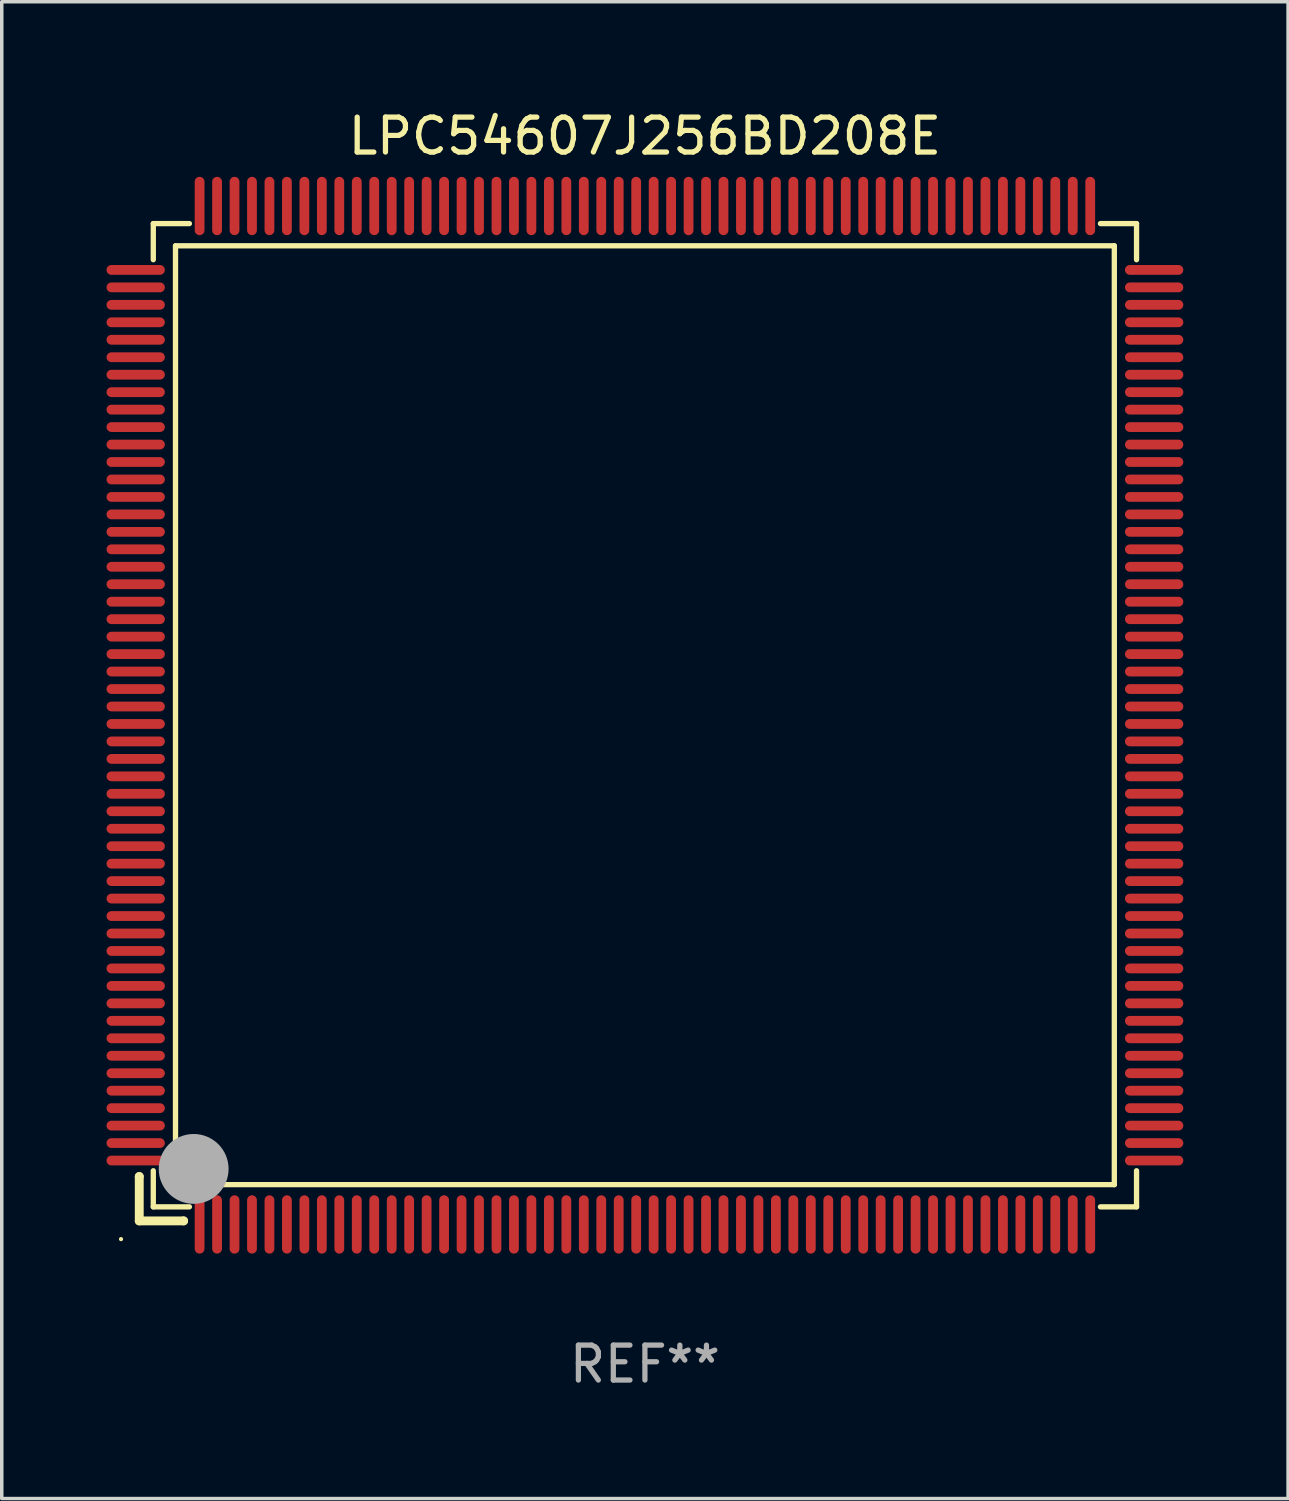
<source format=kicad_pcb>
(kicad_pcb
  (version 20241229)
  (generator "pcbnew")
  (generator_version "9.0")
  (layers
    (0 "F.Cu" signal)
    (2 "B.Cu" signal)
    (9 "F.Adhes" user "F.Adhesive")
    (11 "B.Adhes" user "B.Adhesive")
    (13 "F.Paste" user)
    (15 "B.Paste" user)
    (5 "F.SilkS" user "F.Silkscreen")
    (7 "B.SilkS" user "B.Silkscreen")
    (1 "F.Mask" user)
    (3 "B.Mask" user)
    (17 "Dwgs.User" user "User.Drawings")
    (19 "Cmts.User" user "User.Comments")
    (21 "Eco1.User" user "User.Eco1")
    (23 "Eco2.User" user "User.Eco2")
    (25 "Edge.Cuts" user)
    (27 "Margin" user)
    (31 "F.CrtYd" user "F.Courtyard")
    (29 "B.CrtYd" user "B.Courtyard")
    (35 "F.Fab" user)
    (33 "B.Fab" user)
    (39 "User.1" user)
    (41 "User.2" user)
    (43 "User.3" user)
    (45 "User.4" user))
  (footprint "LPC54607J256BD208E"
    (layer "F.Cu")
    (at 15.415 17.428)
    (property "Reference" "LPC54607J256BD208E" (at 0 -16.58 0) (layer "F.SilkS") (effects (font (size 1 1) (thickness 0.15))))
    (attr through_hole)
    (fp_line (start -14.478 13.208) (end -14.478 13.208) (stroke (width 0.254) (type solid)) (layer "F.SilkS"))
    (fp_line (start -14.478 13.208) (end -14.478 14.478) (stroke (width 0.254) (type solid)) (layer "F.SilkS"))
    (fp_line (start -14.478 14.478) (end -13.208 14.478) (stroke (width 0.254) (type solid)) (layer "F.SilkS"))
    (fp_line (start -14.076 -14.076) (end -14.076 -13.042) (stroke (width 0.152) (type solid)) (layer "F.SilkS"))
    (fp_line (start -14.076 14.076) (end -14.076 13.042) (stroke (width 0.152) (type solid)) (layer "F.SilkS"))
    (fp_line (start -13.44 -13.44) (end 13.44 -13.44) (stroke (width 0.152) (type solid)) (layer "F.SilkS"))
    (fp_line (start -13.44 13.44) (end -13.44 -13.44) (stroke (width 0.152) (type solid)) (layer "F.SilkS"))
    (fp_line (start -13.208 14.478) (end -13.208 14.478) (stroke (width 0.254) (type solid)) (layer "F.SilkS"))
    (fp_line (start -13.042 -14.076) (end -14.076 -14.076) (stroke (width 0.152) (type solid)) (layer "F.SilkS"))
    (fp_line (start -13.042 14.076) (end -14.076 14.076) (stroke (width 0.152) (type solid)) (layer "F.SilkS"))
    (fp_line (start 13.042 -14.076) (end 14.076 -14.076) (stroke (width 0.152) (type solid)) (layer "F.SilkS"))
    (fp_line (start 13.042 14.076) (end 14.076 14.076) (stroke (width 0.152) (type solid)) (layer "F.SilkS"))
    (fp_line (start 13.44 -13.44) (end 13.44 13.44) (stroke (width 0.152) (type solid)) (layer "F.SilkS"))
    (fp_line (start 13.44 13.44) (end -13.44 13.44) (stroke (width 0.152) (type solid)) (layer "F.SilkS"))
    (fp_line (start 14.076 -14.076) (end 14.076 -13.042) (stroke (width 0.152) (type solid)) (layer "F.SilkS"))
    (fp_line (start 14.076 14.076) (end 14.076 13.042) (stroke (width 0.152) (type solid)) (layer "F.SilkS"))
    (fp_circle (center -15 15) (end -14.97 15) (stroke (width 0.06) (type solid)) (fill no) (layer "F.SilkS"))
    (fp_circle (center -13.138 13.138) (end -13.063 13.138) (stroke (width 0.15) (type solid)) (fill no) (layer "F.SilkS"))
    (fp_circle (center -12.92 12.99) (end -12.42 12.99) (stroke (width 1) (type solid)) (fill no) (layer "F.Fab"))
    (fp_text user "REF**" (at 0 18.58 0) (layer "F.Fab") (effects (font (size 1 1) (thickness 0.15))))
    (pad "1" smd oval (at -12.75 14.58) (size 0.28 1.67) (layers "F.Cu" "F.Mask" "F.Paste"))
    (pad "2" smd oval (at -12.25 14.58) (size 0.28 1.67) (layers "F.Cu" "F.Mask" "F.Paste"))
    (pad "3" smd oval (at -11.75 14.58) (size 0.28 1.67) (layers "F.Cu" "F.Mask" "F.Paste"))
    (pad "4" smd oval (at -11.25 14.58) (size 0.28 1.67) (layers "F.Cu" "F.Mask" "F.Paste"))
    (pad "5" smd oval (at -10.75 14.58) (size 0.28 1.67) (layers "F.Cu" "F.Mask" "F.Paste"))
    (pad "6" smd oval (at -10.25 14.58) (size 0.28 1.67) (layers "F.Cu" "F.Mask" "F.Paste"))
    (pad "7" smd oval (at -9.75 14.58) (size 0.28 1.67) (layers "F.Cu" "F.Mask" "F.Paste"))
    (pad "8" smd oval (at -9.25 14.58) (size 0.28 1.67) (layers "F.Cu" "F.Mask" "F.Paste"))
    (pad "9" smd oval (at -8.75 14.58) (size 0.28 1.67) (layers "F.Cu" "F.Mask" "F.Paste"))
    (pad "10" smd oval (at -8.25 14.58) (size 0.28 1.67) (layers "F.Cu" "F.Mask" "F.Paste"))
    (pad "11" smd oval (at -7.75 14.58) (size 0.28 1.67) (layers "F.Cu" "F.Mask" "F.Paste"))
    (pad "12" smd oval (at -7.25 14.58) (size 0.28 1.67) (layers "F.Cu" "F.Mask" "F.Paste"))
    (pad "13" smd oval (at -6.75 14.58) (size 0.28 1.67) (layers "F.Cu" "F.Mask" "F.Paste"))
    (pad "14" smd oval (at -6.25 14.58) (size 0.28 1.67) (layers "F.Cu" "F.Mask" "F.Paste"))
    (pad "15" smd oval (at -5.75 14.58) (size 0.28 1.67) (layers "F.Cu" "F.Mask" "F.Paste"))
    (pad "16" smd oval (at -5.25 14.58) (size 0.28 1.67) (layers "F.Cu" "F.Mask" "F.Paste"))
    (pad "17" smd oval (at -4.75 14.58) (size 0.28 1.67) (layers "F.Cu" "F.Mask" "F.Paste"))
    (pad "18" smd oval (at -4.25 14.58) (size 0.28 1.67) (layers "F.Cu" "F.Mask" "F.Paste"))
    (pad "19" smd oval (at -3.75 14.58) (size 0.28 1.67) (layers "F.Cu" "F.Mask" "F.Paste"))
    (pad "20" smd oval (at -3.25 14.58) (size 0.28 1.67) (layers "F.Cu" "F.Mask" "F.Paste"))
    (pad "21" smd oval (at -2.75 14.58) (size 0.28 1.67) (layers "F.Cu" "F.Mask" "F.Paste"))
    (pad "22" smd oval (at -2.25 14.58) (size 0.28 1.67) (layers "F.Cu" "F.Mask" "F.Paste"))
    (pad "23" smd oval (at -1.75 14.58) (size 0.28 1.67) (layers "F.Cu" "F.Mask" "F.Paste"))
    (pad "24" smd oval (at -1.25 14.58) (size 0.28 1.67) (layers "F.Cu" "F.Mask" "F.Paste"))
    (pad "25" smd oval (at -0.75 14.58) (size 0.28 1.67) (layers "F.Cu" "F.Mask" "F.Paste"))
    (pad "26" smd oval (at -0.25 14.58) (size 0.28 1.67) (layers "F.Cu" "F.Mask" "F.Paste"))
    (pad "27" smd oval (at 0.25 14.58) (size 0.28 1.67) (layers "F.Cu" "F.Mask" "F.Paste"))
    (pad "28" smd oval (at 0.75 14.58) (size 0.28 1.67) (layers "F.Cu" "F.Mask" "F.Paste"))
    (pad "29" smd oval (at 1.25 14.58) (size 0.28 1.67) (layers "F.Cu" "F.Mask" "F.Paste"))
    (pad "30" smd oval (at 1.75 14.58) (size 0.28 1.67) (layers "F.Cu" "F.Mask" "F.Paste"))
    (pad "31" smd oval (at 2.25 14.58) (size 0.28 1.67) (layers "F.Cu" "F.Mask" "F.Paste"))
    (pad "32" smd oval (at 2.75 14.58) (size 0.28 1.67) (layers "F.Cu" "F.Mask" "F.Paste"))
    (pad "33" smd oval (at 3.25 14.58) (size 0.28 1.67) (layers "F.Cu" "F.Mask" "F.Paste"))
    (pad "34" smd oval (at 3.75 14.58) (size 0.28 1.67) (layers "F.Cu" "F.Mask" "F.Paste"))
    (pad "35" smd oval (at 4.25 14.58) (size 0.28 1.67) (layers "F.Cu" "F.Mask" "F.Paste"))
    (pad "36" smd oval (at 4.75 14.58) (size 0.28 1.67) (layers "F.Cu" "F.Mask" "F.Paste"))
    (pad "37" smd oval (at 5.25 14.58) (size 0.28 1.67) (layers "F.Cu" "F.Mask" "F.Paste"))
    (pad "38" smd oval (at 5.75 14.58) (size 0.28 1.67) (layers "F.Cu" "F.Mask" "F.Paste"))
    (pad "39" smd oval (at 6.25 14.58) (size 0.28 1.67) (layers "F.Cu" "F.Mask" "F.Paste"))
    (pad "40" smd oval (at 6.75 14.58) (size 0.28 1.67) (layers "F.Cu" "F.Mask" "F.Paste"))
    (pad "41" smd oval (at 7.25 14.58) (size 0.28 1.67) (layers "F.Cu" "F.Mask" "F.Paste"))
    (pad "42" smd oval (at 7.75 14.58) (size 0.28 1.67) (layers "F.Cu" "F.Mask" "F.Paste"))
    (pad "43" smd oval (at 8.25 14.58) (size 0.28 1.67) (layers "F.Cu" "F.Mask" "F.Paste"))
    (pad "44" smd oval (at 8.75 14.58) (size 0.28 1.67) (layers "F.Cu" "F.Mask" "F.Paste"))
    (pad "45" smd oval (at 9.25 14.58) (size 0.28 1.67) (layers "F.Cu" "F.Mask" "F.Paste"))
    (pad "46" smd oval (at 9.75 14.58) (size 0.28 1.67) (layers "F.Cu" "F.Mask" "F.Paste"))
    (pad "47" smd oval (at 10.25 14.58) (size 0.28 1.67) (layers "F.Cu" "F.Mask" "F.Paste"))
    (pad "48" smd oval (at 10.75 14.58) (size 0.28 1.67) (layers "F.Cu" "F.Mask" "F.Paste"))
    (pad "49" smd oval (at 11.25 14.58) (size 0.28 1.67) (layers "F.Cu" "F.Mask" "F.Paste"))
    (pad "50" smd oval (at 11.75 14.58) (size 0.28 1.67) (layers "F.Cu" "F.Mask" "F.Paste"))
    (pad "51" smd oval (at 12.25 14.58) (size 0.28 1.67) (layers "F.Cu" "F.Mask" "F.Paste"))
    (pad "52" smd oval (at 12.75 14.58) (size 0.28 1.67) (layers "F.Cu" "F.Mask" "F.Paste"))
    (pad "53" smd oval (at 14.58 12.75) (size 1.67 0.28) (layers "F.Cu" "F.Mask" "F.Paste"))
    (pad "54" smd oval (at 14.58 12.25) (size 1.67 0.28) (layers "F.Cu" "F.Mask" "F.Paste"))
    (pad "55" smd oval (at 14.58 11.75) (size 1.67 0.28) (layers "F.Cu" "F.Mask" "F.Paste"))
    (pad "56" smd oval (at 14.58 11.25) (size 1.67 0.28) (layers "F.Cu" "F.Mask" "F.Paste"))
    (pad "57" smd oval (at 14.58 10.75) (size 1.67 0.28) (layers "F.Cu" "F.Mask" "F.Paste"))
    (pad "58" smd oval (at 14.58 10.25) (size 1.67 0.28) (layers "F.Cu" "F.Mask" "F.Paste"))
    (pad "59" smd oval (at 14.58 9.75) (size 1.67 0.28) (layers "F.Cu" "F.Mask" "F.Paste"))
    (pad "60" smd oval (at 14.58 9.25) (size 1.67 0.28) (layers "F.Cu" "F.Mask" "F.Paste"))
    (pad "61" smd oval (at 14.58 8.75) (size 1.67 0.28) (layers "F.Cu" "F.Mask" "F.Paste"))
    (pad "62" smd oval (at 14.58 8.25) (size 1.67 0.28) (layers "F.Cu" "F.Mask" "F.Paste"))
    (pad "63" smd oval (at 14.58 7.75) (size 1.67 0.28) (layers "F.Cu" "F.Mask" "F.Paste"))
    (pad "64" smd oval (at 14.58 7.25) (size 1.67 0.28) (layers "F.Cu" "F.Mask" "F.Paste"))
    (pad "65" smd oval (at 14.58 6.75) (size 1.67 0.28) (layers "F.Cu" "F.Mask" "F.Paste"))
    (pad "66" smd oval (at 14.58 6.25) (size 1.67 0.28) (layers "F.Cu" "F.Mask" "F.Paste"))
    (pad "67" smd oval (at 14.58 5.75) (size 1.67 0.28) (layers "F.Cu" "F.Mask" "F.Paste"))
    (pad "68" smd oval (at 14.58 5.25) (size 1.67 0.28) (layers "F.Cu" "F.Mask" "F.Paste"))
    (pad "69" smd oval (at 14.58 4.75) (size 1.67 0.28) (layers "F.Cu" "F.Mask" "F.Paste"))
    (pad "70" smd oval (at 14.58 4.25) (size 1.67 0.28) (layers "F.Cu" "F.Mask" "F.Paste"))
    (pad "71" smd oval (at 14.58 3.75) (size 1.67 0.28) (layers "F.Cu" "F.Mask" "F.Paste"))
    (pad "72" smd oval (at 14.58 3.25) (size 1.67 0.28) (layers "F.Cu" "F.Mask" "F.Paste"))
    (pad "73" smd oval (at 14.58 2.75) (size 1.67 0.28) (layers "F.Cu" "F.Mask" "F.Paste"))
    (pad "74" smd oval (at 14.58 2.25) (size 1.67 0.28) (layers "F.Cu" "F.Mask" "F.Paste"))
    (pad "75" smd oval (at 14.58 1.75) (size 1.67 0.28) (layers "F.Cu" "F.Mask" "F.Paste"))
    (pad "76" smd oval (at 14.58 1.25) (size 1.67 0.28) (layers "F.Cu" "F.Mask" "F.Paste"))
    (pad "77" smd oval (at 14.58 0.75) (size 1.67 0.28) (layers "F.Cu" "F.Mask" "F.Paste"))
    (pad "78" smd oval (at 14.58 0.25) (size 1.67 0.28) (layers "F.Cu" "F.Mask" "F.Paste"))
    (pad "79" smd oval (at 14.58 -0.25) (size 1.67 0.28) (layers "F.Cu" "F.Mask" "F.Paste"))
    (pad "80" smd oval (at 14.58 -0.75) (size 1.67 0.28) (layers "F.Cu" "F.Mask" "F.Paste"))
    (pad "81" smd oval (at 14.58 -1.25) (size 1.67 0.28) (layers "F.Cu" "F.Mask" "F.Paste"))
    (pad "82" smd oval (at 14.58 -1.75) (size 1.67 0.28) (layers "F.Cu" "F.Mask" "F.Paste"))
    (pad "83" smd oval (at 14.58 -2.25) (size 1.67 0.28) (layers "F.Cu" "F.Mask" "F.Paste"))
    (pad "84" smd oval (at 14.58 -2.75) (size 1.67 0.28) (layers "F.Cu" "F.Mask" "F.Paste"))
    (pad "85" smd oval (at 14.58 -3.25) (size 1.67 0.28) (layers "F.Cu" "F.Mask" "F.Paste"))
    (pad "86" smd oval (at 14.58 -3.75) (size 1.67 0.28) (layers "F.Cu" "F.Mask" "F.Paste"))
    (pad "87" smd oval (at 14.58 -4.25) (size 1.67 0.28) (layers "F.Cu" "F.Mask" "F.Paste"))
    (pad "88" smd oval (at 14.58 -4.75) (size 1.67 0.28) (layers "F.Cu" "F.Mask" "F.Paste"))
    (pad "89" smd oval (at 14.58 -5.25) (size 1.67 0.28) (layers "F.Cu" "F.Mask" "F.Paste"))
    (pad "90" smd oval (at 14.58 -5.75) (size 1.67 0.28) (layers "F.Cu" "F.Mask" "F.Paste"))
    (pad "91" smd oval (at 14.58 -6.25) (size 1.67 0.28) (layers "F.Cu" "F.Mask" "F.Paste"))
    (pad "92" smd oval (at 14.58 -6.75) (size 1.67 0.28) (layers "F.Cu" "F.Mask" "F.Paste"))
    (pad "93" smd oval (at 14.58 -7.25) (size 1.67 0.28) (layers "F.Cu" "F.Mask" "F.Paste"))
    (pad "94" smd oval (at 14.58 -7.75) (size 1.67 0.28) (layers "F.Cu" "F.Mask" "F.Paste"))
    (pad "95" smd oval (at 14.58 -8.25) (size 1.67 0.28) (layers "F.Cu" "F.Mask" "F.Paste"))
    (pad "96" smd oval (at 14.58 -8.75) (size 1.67 0.28) (layers "F.Cu" "F.Mask" "F.Paste"))
    (pad "97" smd oval (at 14.58 -9.25) (size 1.67 0.28) (layers "F.Cu" "F.Mask" "F.Paste"))
    (pad "98" smd oval (at 14.58 -9.75) (size 1.67 0.28) (layers "F.Cu" "F.Mask" "F.Paste"))
    (pad "99" smd oval (at 14.58 -10.25) (size 1.67 0.28) (layers "F.Cu" "F.Mask" "F.Paste"))
    (pad "100" smd oval (at 14.58 -10.75) (size 1.67 0.28) (layers "F.Cu" "F.Mask" "F.Paste"))
    (pad "101" smd oval (at 14.58 -11.25) (size 1.67 0.28) (layers "F.Cu" "F.Mask" "F.Paste"))
    (pad "102" smd oval (at 14.58 -11.75) (size 1.67 0.28) (layers "F.Cu" "F.Mask" "F.Paste"))
    (pad "103" smd oval (at 14.58 -12.25) (size 1.67 0.28) (layers "F.Cu" "F.Mask" "F.Paste"))
    (pad "104" smd oval (at 14.58 -12.75) (size 1.67 0.28) (layers "F.Cu" "F.Mask" "F.Paste"))
    (pad "105" smd oval (at 12.75 -14.58) (size 0.28 1.67) (layers "F.Cu" "F.Mask" "F.Paste"))
    (pad "106" smd oval (at 12.25 -14.58) (size 0.28 1.67) (layers "F.Cu" "F.Mask" "F.Paste"))
    (pad "107" smd oval (at 11.75 -14.58) (size 0.28 1.67) (layers "F.Cu" "F.Mask" "F.Paste"))
    (pad "108" smd oval (at 11.25 -14.58) (size 0.28 1.67) (layers "F.Cu" "F.Mask" "F.Paste"))
    (pad "109" smd oval (at 10.75 -14.58) (size 0.28 1.67) (layers "F.Cu" "F.Mask" "F.Paste"))
    (pad "110" smd oval (at 10.25 -14.58) (size 0.28 1.67) (layers "F.Cu" "F.Mask" "F.Paste"))
    (pad "111" smd oval (at 9.75 -14.58) (size 0.28 1.67) (layers "F.Cu" "F.Mask" "F.Paste"))
    (pad "112" smd oval (at 9.25 -14.58) (size 0.28 1.67) (layers "F.Cu" "F.Mask" "F.Paste"))
    (pad "113" smd oval (at 8.75 -14.58) (size 0.28 1.67) (layers "F.Cu" "F.Mask" "F.Paste"))
    (pad "114" smd oval (at 8.25 -14.58) (size 0.28 1.67) (layers "F.Cu" "F.Mask" "F.Paste"))
    (pad "115" smd oval (at 7.75 -14.58) (size 0.28 1.67) (layers "F.Cu" "F.Mask" "F.Paste"))
    (pad "116" smd oval (at 7.25 -14.58) (size 0.28 1.67) (layers "F.Cu" "F.Mask" "F.Paste"))
    (pad "117" smd oval (at 6.75 -14.58) (size 0.28 1.67) (layers "F.Cu" "F.Mask" "F.Paste"))
    (pad "118" smd oval (at 6.25 -14.58) (size 0.28 1.67) (layers "F.Cu" "F.Mask" "F.Paste"))
    (pad "119" smd oval (at 5.75 -14.58) (size 0.28 1.67) (layers "F.Cu" "F.Mask" "F.Paste"))
    (pad "120" smd oval (at 5.25 -14.58) (size 0.28 1.67) (layers "F.Cu" "F.Mask" "F.Paste"))
    (pad "121" smd oval (at 4.75 -14.58) (size 0.28 1.67) (layers "F.Cu" "F.Mask" "F.Paste"))
    (pad "122" smd oval (at 4.25 -14.58) (size 0.28 1.67) (layers "F.Cu" "F.Mask" "F.Paste"))
    (pad "123" smd oval (at 3.75 -14.58) (size 0.28 1.67) (layers "F.Cu" "F.Mask" "F.Paste"))
    (pad "124" smd oval (at 3.25 -14.58) (size 0.28 1.67) (layers "F.Cu" "F.Mask" "F.Paste"))
    (pad "125" smd oval (at 2.75 -14.58) (size 0.28 1.67) (layers "F.Cu" "F.Mask" "F.Paste"))
    (pad "126" smd oval (at 2.25 -14.58) (size 0.28 1.67) (layers "F.Cu" "F.Mask" "F.Paste"))
    (pad "127" smd oval (at 1.75 -14.58) (size 0.28 1.67) (layers "F.Cu" "F.Mask" "F.Paste"))
    (pad "128" smd oval (at 1.25 -14.58) (size 0.28 1.67) (layers "F.Cu" "F.Mask" "F.Paste"))
    (pad "129" smd oval (at 0.75 -14.58) (size 0.28 1.67) (layers "F.Cu" "F.Mask" "F.Paste"))
    (pad "130" smd oval (at 0.25 -14.58) (size 0.28 1.67) (layers "F.Cu" "F.Mask" "F.Paste"))
    (pad "131" smd oval (at -0.25 -14.58) (size 0.28 1.67) (layers "F.Cu" "F.Mask" "F.Paste"))
    (pad "132" smd oval (at -0.75 -14.58) (size 0.28 1.67) (layers "F.Cu" "F.Mask" "F.Paste"))
    (pad "133" smd oval (at -1.25 -14.58) (size 0.28 1.67) (layers "F.Cu" "F.Mask" "F.Paste"))
    (pad "134" smd oval (at -1.75 -14.58) (size 0.28 1.67) (layers "F.Cu" "F.Mask" "F.Paste"))
    (pad "135" smd oval (at -2.25 -14.58) (size 0.28 1.67) (layers "F.Cu" "F.Mask" "F.Paste"))
    (pad "136" smd oval (at -2.75 -14.58) (size 0.28 1.67) (layers "F.Cu" "F.Mask" "F.Paste"))
    (pad "137" smd oval (at -3.25 -14.58) (size 0.28 1.67) (layers "F.Cu" "F.Mask" "F.Paste"))
    (pad "138" smd oval (at -3.75 -14.58) (size 0.28 1.67) (layers "F.Cu" "F.Mask" "F.Paste"))
    (pad "139" smd oval (at -4.25 -14.58) (size 0.28 1.67) (layers "F.Cu" "F.Mask" "F.Paste"))
    (pad "140" smd oval (at -4.75 -14.58) (size 0.28 1.67) (layers "F.Cu" "F.Mask" "F.Paste"))
    (pad "141" smd oval (at -5.25 -14.58) (size 0.28 1.67) (layers "F.Cu" "F.Mask" "F.Paste"))
    (pad "142" smd oval (at -5.75 -14.58) (size 0.28 1.67) (layers "F.Cu" "F.Mask" "F.Paste"))
    (pad "143" smd oval (at -6.25 -14.58) (size 0.28 1.67) (layers "F.Cu" "F.Mask" "F.Paste"))
    (pad "144" smd oval (at -6.75 -14.58) (size 0.28 1.67) (layers "F.Cu" "F.Mask" "F.Paste"))
    (pad "145" smd oval (at -7.25 -14.58) (size 0.28 1.67) (layers "F.Cu" "F.Mask" "F.Paste"))
    (pad "146" smd oval (at -7.75 -14.58) (size 0.28 1.67) (layers "F.Cu" "F.Mask" "F.Paste"))
    (pad "147" smd oval (at -8.25 -14.58) (size 0.28 1.67) (layers "F.Cu" "F.Mask" "F.Paste"))
    (pad "148" smd oval (at -8.75 -14.58) (size 0.28 1.67) (layers "F.Cu" "F.Mask" "F.Paste"))
    (pad "149" smd oval (at -9.25 -14.58) (size 0.28 1.67) (layers "F.Cu" "F.Mask" "F.Paste"))
    (pad "150" smd oval (at -9.75 -14.58) (size 0.28 1.67) (layers "F.Cu" "F.Mask" "F.Paste"))
    (pad "151" smd oval (at -10.25 -14.58) (size 0.28 1.67) (layers "F.Cu" "F.Mask" "F.Paste"))
    (pad "152" smd oval (at -10.75 -14.58) (size 0.28 1.67) (layers "F.Cu" "F.Mask" "F.Paste"))
    (pad "153" smd oval (at -11.25 -14.58) (size 0.28 1.67) (layers "F.Cu" "F.Mask" "F.Paste"))
    (pad "154" smd oval (at -11.75 -14.58) (size 0.28 1.67) (layers "F.Cu" "F.Mask" "F.Paste"))
    (pad "155" smd oval (at -12.25 -14.58) (size 0.28 1.67) (layers "F.Cu" "F.Mask" "F.Paste"))
    (pad "156" smd oval (at -12.75 -14.58) (size 0.28 1.67) (layers "F.Cu" "F.Mask" "F.Paste"))
    (pad "157" smd oval (at -14.58 -12.75) (size 1.67 0.28) (layers "F.Cu" "F.Mask" "F.Paste"))
    (pad "158" smd oval (at -14.58 -12.25) (size 1.67 0.28) (layers "F.Cu" "F.Mask" "F.Paste"))
    (pad "159" smd oval (at -14.58 -11.75) (size 1.67 0.28) (layers "F.Cu" "F.Mask" "F.Paste"))
    (pad "160" smd oval (at -14.58 -11.25) (size 1.67 0.28) (layers "F.Cu" "F.Mask" "F.Paste"))
    (pad "161" smd oval (at -14.58 -10.75) (size 1.67 0.28) (layers "F.Cu" "F.Mask" "F.Paste"))
    (pad "162" smd oval (at -14.58 -10.25) (size 1.67 0.28) (layers "F.Cu" "F.Mask" "F.Paste"))
    (pad "163" smd oval (at -14.58 -9.75) (size 1.67 0.28) (layers "F.Cu" "F.Mask" "F.Paste"))
    (pad "164" smd oval (at -14.58 -9.25) (size 1.67 0.28) (layers "F.Cu" "F.Mask" "F.Paste"))
    (pad "165" smd oval (at -14.58 -8.75) (size 1.67 0.28) (layers "F.Cu" "F.Mask" "F.Paste"))
    (pad "166" smd oval (at -14.58 -8.25) (size 1.67 0.28) (layers "F.Cu" "F.Mask" "F.Paste"))
    (pad "167" smd oval (at -14.58 -7.75) (size 1.67 0.28) (layers "F.Cu" "F.Mask" "F.Paste"))
    (pad "168" smd oval (at -14.58 -7.25) (size 1.67 0.28) (layers "F.Cu" "F.Mask" "F.Paste"))
    (pad "169" smd oval (at -14.58 -6.75) (size 1.67 0.28) (layers "F.Cu" "F.Mask" "F.Paste"))
    (pad "170" smd oval (at -14.58 -6.25) (size 1.67 0.28) (layers "F.Cu" "F.Mask" "F.Paste"))
    (pad "171" smd oval (at -14.58 -5.75) (size 1.67 0.28) (layers "F.Cu" "F.Mask" "F.Paste"))
    (pad "172" smd oval (at -14.58 -5.25) (size 1.67 0.28) (layers "F.Cu" "F.Mask" "F.Paste"))
    (pad "173" smd oval (at -14.58 -4.75) (size 1.67 0.28) (layers "F.Cu" "F.Mask" "F.Paste"))
    (pad "174" smd oval (at -14.58 -4.25) (size 1.67 0.28) (layers "F.Cu" "F.Mask" "F.Paste"))
    (pad "175" smd oval (at -14.58 -3.75) (size 1.67 0.28) (layers "F.Cu" "F.Mask" "F.Paste"))
    (pad "176" smd oval (at -14.58 -3.25) (size 1.67 0.28) (layers "F.Cu" "F.Mask" "F.Paste"))
    (pad "177" smd oval (at -14.58 -2.75) (size 1.67 0.28) (layers "F.Cu" "F.Mask" "F.Paste"))
    (pad "178" smd oval (at -14.58 -2.25) (size 1.67 0.28) (layers "F.Cu" "F.Mask" "F.Paste"))
    (pad "179" smd oval (at -14.58 -1.75) (size 1.67 0.28) (layers "F.Cu" "F.Mask" "F.Paste"))
    (pad "180" smd oval (at -14.58 -1.25) (size 1.67 0.28) (layers "F.Cu" "F.Mask" "F.Paste"))
    (pad "181" smd oval (at -14.58 -0.75) (size 1.67 0.28) (layers "F.Cu" "F.Mask" "F.Paste"))
    (pad "182" smd oval (at -14.58 -0.25) (size 1.67 0.28) (layers "F.Cu" "F.Mask" "F.Paste"))
    (pad "183" smd oval (at -14.58 0.25) (size 1.67 0.28) (layers "F.Cu" "F.Mask" "F.Paste"))
    (pad "184" smd oval (at -14.58 0.75) (size 1.67 0.28) (layers "F.Cu" "F.Mask" "F.Paste"))
    (pad "185" smd oval (at -14.58 1.25) (size 1.67 0.28) (layers "F.Cu" "F.Mask" "F.Paste"))
    (pad "186" smd oval (at -14.58 1.75) (size 1.67 0.28) (layers "F.Cu" "F.Mask" "F.Paste"))
    (pad "187" smd oval (at -14.58 2.25) (size 1.67 0.28) (layers "F.Cu" "F.Mask" "F.Paste"))
    (pad "188" smd oval (at -14.58 2.75) (size 1.67 0.28) (layers "F.Cu" "F.Mask" "F.Paste"))
    (pad "189" smd oval (at -14.58 3.25) (size 1.67 0.28) (layers "F.Cu" "F.Mask" "F.Paste"))
    (pad "190" smd oval (at -14.58 3.75) (size 1.67 0.28) (layers "F.Cu" "F.Mask" "F.Paste"))
    (pad "191" smd oval (at -14.58 4.25) (size 1.67 0.28) (layers "F.Cu" "F.Mask" "F.Paste"))
    (pad "192" smd oval (at -14.58 4.75) (size 1.67 0.28) (layers "F.Cu" "F.Mask" "F.Paste"))
    (pad "193" smd oval (at -14.58 5.25) (size 1.67 0.28) (layers "F.Cu" "F.Mask" "F.Paste"))
    (pad "194" smd oval (at -14.58 5.75) (size 1.67 0.28) (layers "F.Cu" "F.Mask" "F.Paste"))
    (pad "195" smd oval (at -14.58 6.25) (size 1.67 0.28) (layers "F.Cu" "F.Mask" "F.Paste"))
    (pad "196" smd oval (at -14.58 6.75) (size 1.67 0.28) (layers "F.Cu" "F.Mask" "F.Paste"))
    (pad "197" smd oval (at -14.58 7.25) (size 1.67 0.28) (layers "F.Cu" "F.Mask" "F.Paste"))
    (pad "198" smd oval (at -14.58 7.75) (size 1.67 0.28) (layers "F.Cu" "F.Mask" "F.Paste"))
    (pad "199" smd oval (at -14.58 8.25) (size 1.67 0.28) (layers "F.Cu" "F.Mask" "F.Paste"))
    (pad "200" smd oval (at -14.58 8.75) (size 1.67 0.28) (layers "F.Cu" "F.Mask" "F.Paste"))
    (pad "201" smd oval (at -14.58 9.25) (size 1.67 0.28) (layers "F.Cu" "F.Mask" "F.Paste"))
    (pad "202" smd oval (at -14.58 9.75) (size 1.67 0.28) (layers "F.Cu" "F.Mask" "F.Paste"))
    (pad "203" smd oval (at -14.58 10.25) (size 1.67 0.28) (layers "F.Cu" "F.Mask" "F.Paste"))
    (pad "204" smd oval (at -14.58 10.75) (size 1.67 0.28) (layers "F.Cu" "F.Mask" "F.Paste"))
    (pad "205" smd oval (at -14.58 11.25) (size 1.67 0.28) (layers "F.Cu" "F.Mask" "F.Paste"))
    (pad "206" smd oval (at -14.58 11.75) (size 1.67 0.28) (layers "F.Cu" "F.Mask" "F.Paste"))
    (pad "207" smd oval (at -14.58 12.25) (size 1.67 0.28) (layers "F.Cu" "F.Mask" "F.Paste"))
    (pad "208" smd oval (at -14.58 12.75) (size 1.67 0.28) (layers "F.Cu" "F.Mask" "F.Paste")))
  (gr_rect
    (start -3 -3)
    (end 33.83 39.856)
    (stroke (width 0.1) (type default))
    (fill no)
    (layer "Edge.Cuts")))
</source>
